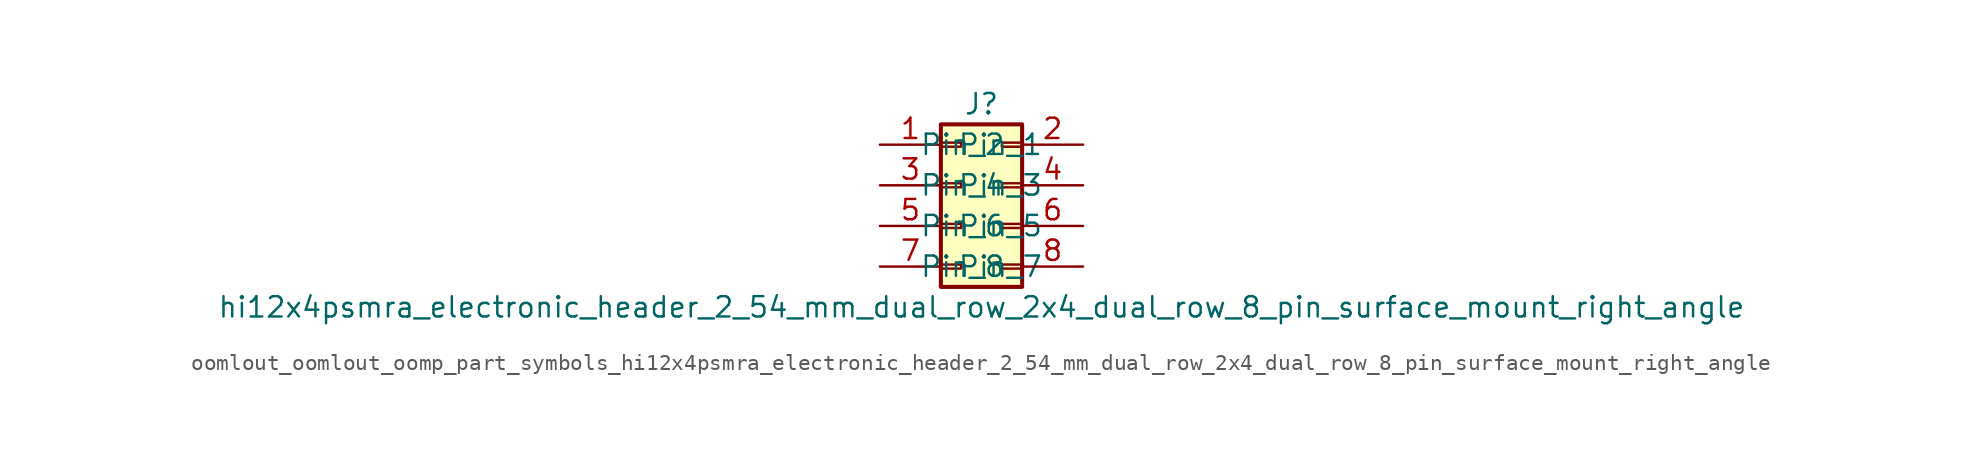
<source format=kicad_sym>
(kicad_symbol_lib
  (version 20220914)
  (generator kicad_symbol_editor)
  (symbol "oomlout_oomlout_oomp_part_symbols_hi12x4psmra_electronic_header_2_54_mm_dual_row_2x4_dual_row_8_pin_surface_mount_right_angle"
    (pin_names
      (offset 1.016))
    (property "Reference" "J"
      (at 1.27 5.08 0)
      (effects (font (size 1.27 1.27))))
    (property "Value" "hi12x4psmra_electronic_header_2_54_mm_dual_row_2x4_dual_row_8_pin_surface_mount_right_angle"
      (at 1.27 -7.62 0)
      (effects (font (size 1.27 1.27))))
    (symbol "oomlout_oomlout_oomp_part_symbols_hi12x4psmra_electronic_header_2_54_mm_dual_row_2x4_dual_row_8_pin_surface_mount_right_angle_1_1"
      (rectangle (start -1.27 -4.953) (end 0 -5.207) (stroke (width 0.152) (type default)) (fill (type none)))
      (rectangle (start -1.27 -2.413) (end 0 -2.667) (stroke (width 0.152) (type default)) (fill (type none)))
      (rectangle (start -1.27 0.127) (end 0 -0.127) (stroke (width 0.152) (type default)) (fill (type none)))
      (rectangle (start -1.27 2.667) (end 0 2.413) (stroke (width 0.152) (type default)) (fill (type none)))
      (rectangle (start -1.27 3.81) (end 3.81 -6.35) (stroke (width 0.254) (type default)) (fill (type background)))
      (rectangle (start 3.81 -4.953) (end 2.54 -5.207) (stroke (width 0.152) (type default)) (fill (type none)))
      (rectangle (start 3.81 -2.413) (end 2.54 -2.667) (stroke (width 0.152) (type default)) (fill (type none)))
      (rectangle (start 3.81 0.127) (end 2.54 -0.127) (stroke (width 0.152) (type default)) (fill (type none)))
      (rectangle (start 3.81 2.667) (end 2.54 2.413) (stroke (width 0.152) (type default)) (fill (type none)))
      (pin passive line (at -5.08 2.54 0) (length 3.81) (name "Pin_1" (effects (font (size 1.27 1.27)))) (number "1" (effects (font (size 1.27 1.27)))))
      (pin passive line (at 7.62 2.54 180) (length 3.81) (name "Pin_2" (effects (font (size 1.27 1.27)))) (number "2" (effects (font (size 1.27 1.27)))))
      (pin passive line (at -5.08 0 0) (length 3.81) (name "Pin_3" (effects (font (size 1.27 1.27)))) (number "3" (effects (font (size 1.27 1.27)))))
      (pin passive line (at 7.62 0 180) (length 3.81) (name "Pin_4" (effects (font (size 1.27 1.27)))) (number "4" (effects (font (size 1.27 1.27)))))
      (pin passive line (at -5.08 -2.54 0) (length 3.81) (name "Pin_5" (effects (font (size 1.27 1.27)))) (number "5" (effects (font (size 1.27 1.27)))))
      (pin passive line (at 7.62 -2.54 180) (length 3.81) (name "Pin_6" (effects (font (size 1.27 1.27)))) (number "6" (effects (font (size 1.27 1.27)))))
      (pin passive line (at -5.08 -5.08 0) (length 3.81) (name "Pin_7" (effects (font (size 1.27 1.27)))) (number "7" (effects (font (size 1.27 1.27)))))
      (pin passive line (at 7.62 -5.08 180) (length 3.81) (name "Pin_8" (effects (font (size 1.27 1.27)))) (number "8" (effects (font (size 1.27 1.27))))))))
</source>
